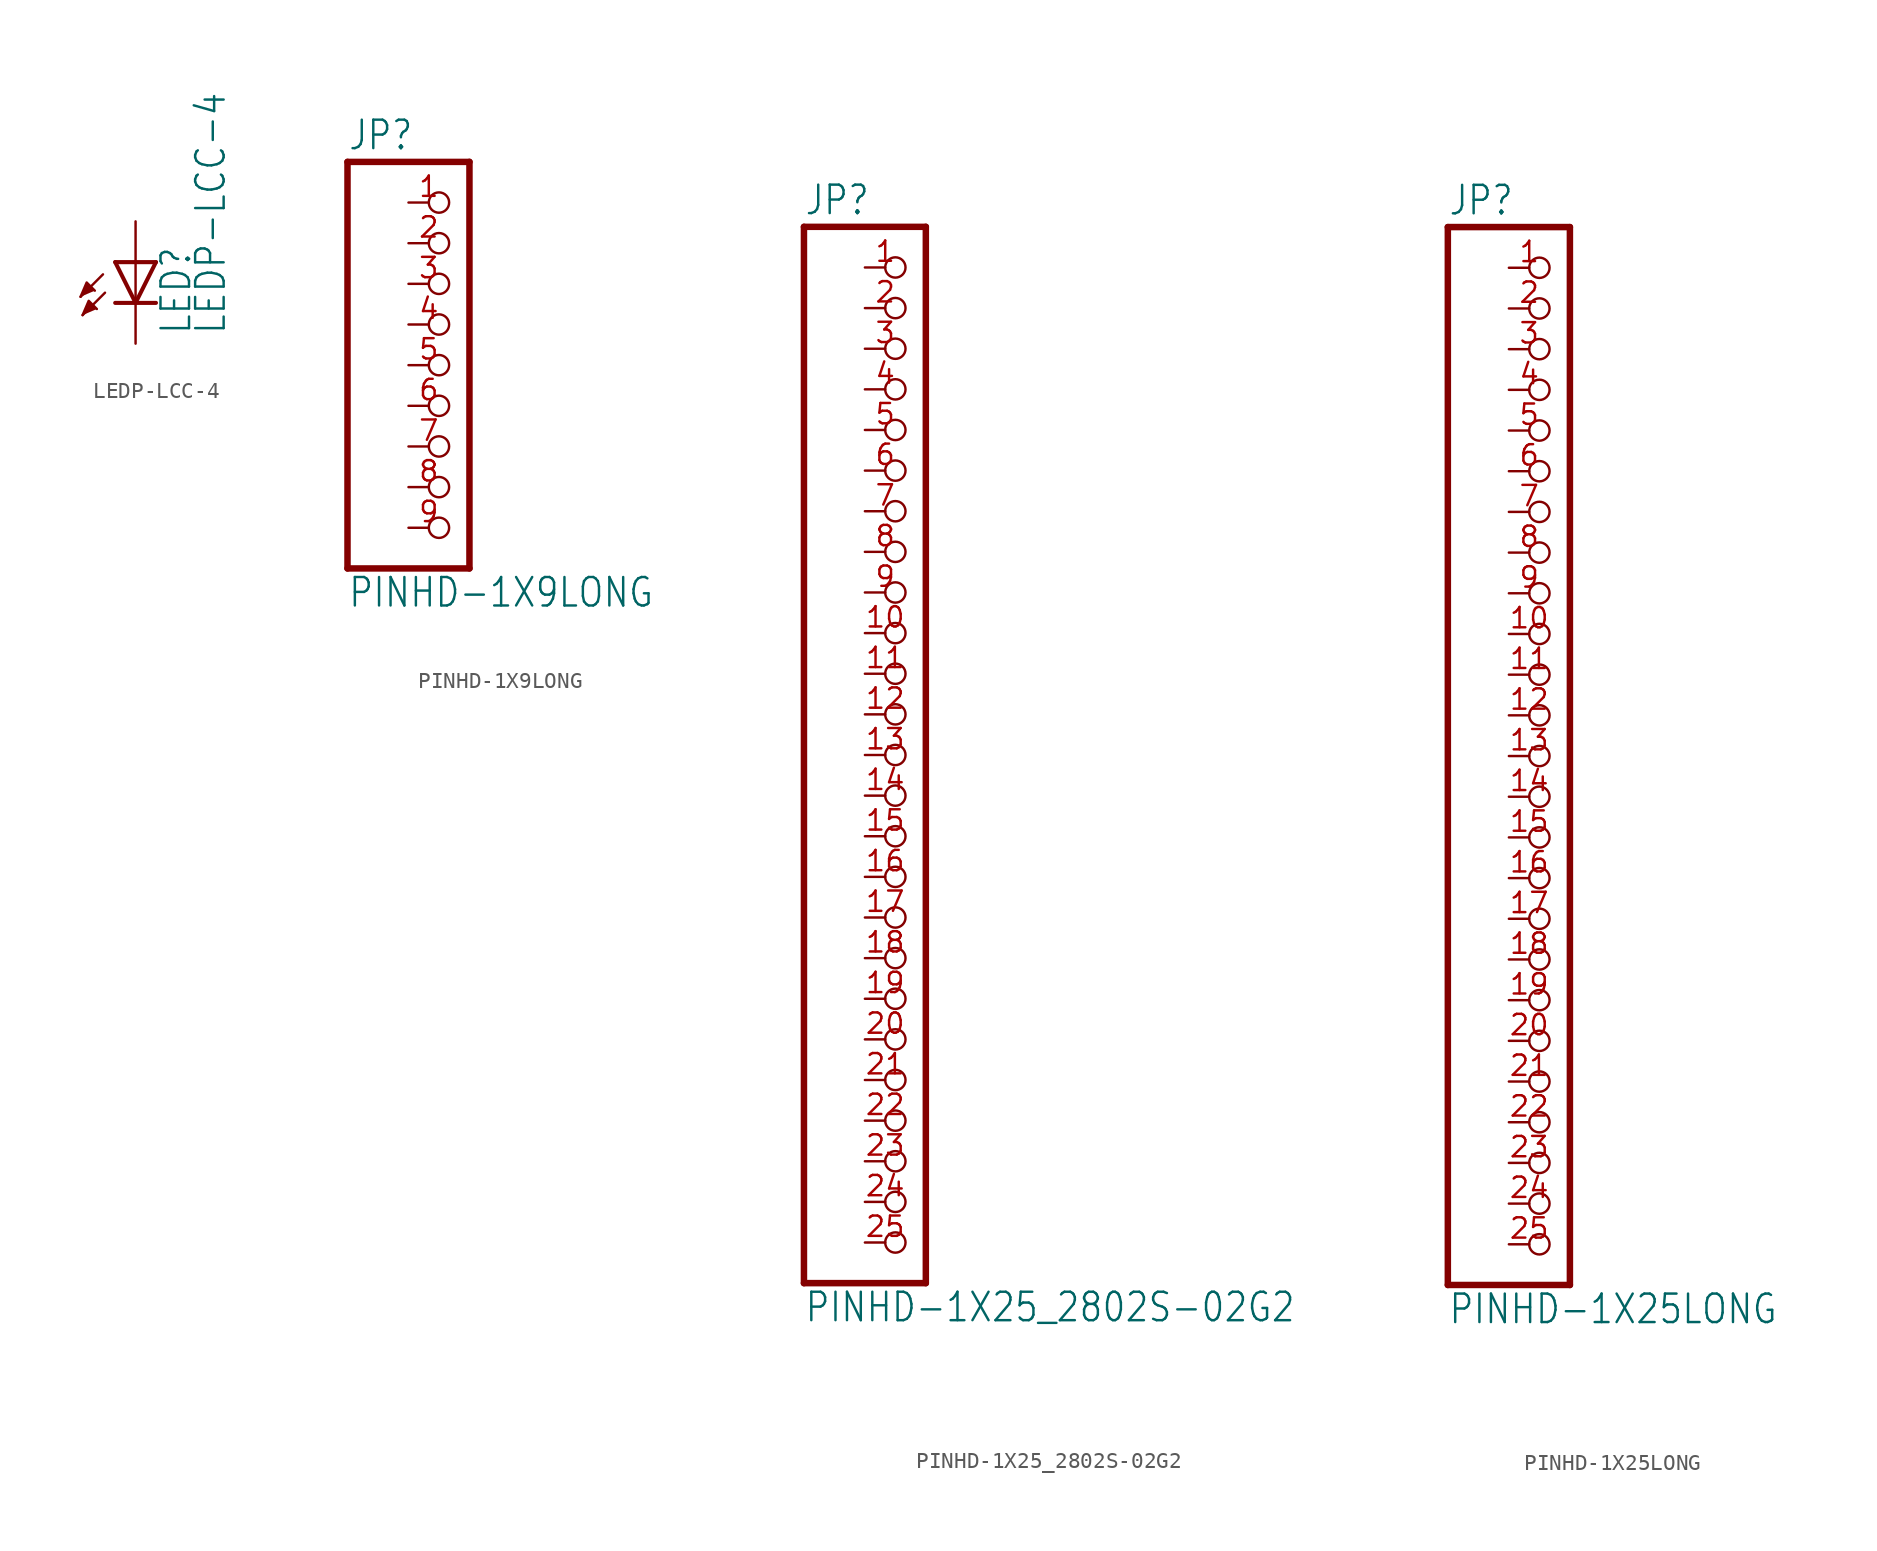
<source format=kicad_sym>
(kicad_symbol_lib
  (version 20211014)
  (generator kicad_symbol_editor)
  (symbol "LEDP-LCC-4"
    (property "Reference" "LED"
      (at 3.556 -4.572 90)
      (effects (font (size 1.778 1.511)) (justify left bottom)))
    (property "Value" "LEDP-LCC-4"
      (at 5.715 -4.572 90)
      (effects (font (size 1.778 1.511)) (justify left bottom)))
    (property "ki_locked" ""
      (at 0 0 0)
      (effects (font (size 1.27 1.27))))
    (symbol "LEDP-LCC-4_1_0"
      (polyline (pts (xy -2.032 -0.762) (xy -3.429 -2.159)) (stroke (width 0.152) (type default) (color 0 0 0 0)) (fill (type none)))
      (polyline (pts (xy -1.905 -1.905) (xy -3.302 -3.302)) (stroke (width 0.152) (type default) (color 0 0 0 0)) (fill (type none)))
      (polyline (pts (xy 0 -2.54) (xy -1.27 -2.54)) (stroke (width 0.254) (type default) (color 0 0 0 0)) (fill (type none)))
      (polyline (pts (xy 0 -2.54) (xy -1.27 0)) (stroke (width 0.254) (type default) (color 0 0 0 0)) (fill (type none)))
      (polyline (pts (xy 0 0) (xy -1.27 0)) (stroke (width 0.254) (type default) (color 0 0 0 0)) (fill (type none)))
      (polyline (pts (xy 0 0) (xy 0 -2.54)) (stroke (width 0.152) (type default) (color 0 0 0 0)) (fill (type none)))
      (polyline (pts (xy 1.27 -2.54) (xy 0 -2.54)) (stroke (width 0.254) (type default) (color 0 0 0 0)) (fill (type none)))
      (polyline (pts (xy 1.27 0) (xy 0 -2.54)) (stroke (width 0.254) (type default) (color 0 0 0 0)) (fill (type none)))
      (polyline (pts (xy 1.27 0) (xy 0 0)) (stroke (width 0.254) (type default) (color 0 0 0 0)) (fill (type none)))
      (polyline (pts (xy -3.429 -2.159) (xy -3.048 -1.27) (xy -2.54 -1.778)) (stroke (width 0) (type default) (color 0 0 0 0)) (fill (type outline)))
      (polyline (pts (xy -3.302 -3.302) (xy -2.921 -2.413) (xy -2.413 -2.921)) (stroke (width 0) (type default) (color 0 0 0 0)) (fill (type outline)))
      (pin passive line (at 0 2.54 270) (length 2.54) (name "A" (effects (font (size 0 0)))) (number "A" (effects (font (size 0 0)))))
      (pin passive line (at 0 -5.08 90) (length 2.54) (name "C" (effects (font (size 0 0)))) (number "C@4" (effects (font (size 0 0)))))))
  (symbol "PINHD-1X9LONG"
    (property "Reference" "JP"
      (at -6.35 13.335 0)
      (effects (font (size 1.778 1.511)) (justify left bottom)))
    (property "Value" "PINHD-1X9LONG"
      (at -6.35 -15.24 0)
      (effects (font (size 1.778 1.511)) (justify left bottom)))
    (property "ki_locked" ""
      (at 0 0 0)
      (effects (font (size 1.27 1.27))))
    (symbol "PINHD-1X9LONG_1_0"
      (polyline (pts (xy -6.35 -12.7) (xy 1.27 -12.7)) (stroke (width 0.406) (type default) (color 0 0 0 0)) (fill (type none)))
      (polyline (pts (xy -6.35 12.7) (xy -6.35 -12.7)) (stroke (width 0.406) (type default) (color 0 0 0 0)) (fill (type none)))
      (polyline (pts (xy 1.27 -12.7) (xy 1.27 12.7)) (stroke (width 0.406) (type default) (color 0 0 0 0)) (fill (type none)))
      (polyline (pts (xy 1.27 12.7) (xy -6.35 12.7)) (stroke (width 0.406) (type default) (color 0 0 0 0)) (fill (type none)))
      (pin passive inverted (at -2.54 10.16 0) (length 2.54) (name "1" (effects (font (size 0 0)))) (number "1" (effects (font (size 1.27 1.27)))))
      (pin passive inverted (at -2.54 7.62 0) (length 2.54) (name "2" (effects (font (size 0 0)))) (number "2" (effects (font (size 1.27 1.27)))))
      (pin passive inverted (at -2.54 5.08 0) (length 2.54) (name "3" (effects (font (size 0 0)))) (number "3" (effects (font (size 1.27 1.27)))))
      (pin passive inverted (at -2.54 2.54 0) (length 2.54) (name "4" (effects (font (size 0 0)))) (number "4" (effects (font (size 1.27 1.27)))))
      (pin passive inverted (at -2.54 0 0) (length 2.54) (name "5" (effects (font (size 0 0)))) (number "5" (effects (font (size 1.27 1.27)))))
      (pin passive inverted (at -2.54 -2.54 0) (length 2.54) (name "6" (effects (font (size 0 0)))) (number "6" (effects (font (size 1.27 1.27)))))
      (pin passive inverted (at -2.54 -5.08 0) (length 2.54) (name "7" (effects (font (size 0 0)))) (number "7" (effects (font (size 1.27 1.27)))))
      (pin passive inverted (at -2.54 -7.62 0) (length 2.54) (name "8" (effects (font (size 0 0)))) (number "8" (effects (font (size 1.27 1.27)))))
      (pin passive inverted (at -2.54 -10.16 0) (length 2.54) (name "9" (effects (font (size 0 0)))) (number "9" (effects (font (size 1.27 1.27)))))))
  (symbol "PINHD-1X25_2802S-02G2"
    (property "Reference" "JP"
      (at -6.35 33.655 0)
      (effects (font (size 1.778 1.511)) (justify left bottom)))
    (property "Value" "PINHD-1X25_2802S-02G2"
      (at -6.35 -35.56 0)
      (effects (font (size 1.778 1.511)) (justify left bottom)))
    (property "ki_locked" ""
      (at 0 0 0)
      (effects (font (size 1.27 1.27))))
    (symbol "PINHD-1X25_2802S-02G2_1_0"
      (polyline (pts (xy -6.35 -33.02) (xy 1.27 -33.02)) (stroke (width 0.406) (type default) (color 0 0 0 0)) (fill (type none)))
      (polyline (pts (xy -6.35 33.02) (xy -6.35 -33.02)) (stroke (width 0.406) (type default) (color 0 0 0 0)) (fill (type none)))
      (polyline (pts (xy 1.27 -33.02) (xy 1.27 33.02)) (stroke (width 0.406) (type default) (color 0 0 0 0)) (fill (type none)))
      (polyline (pts (xy 1.27 33.02) (xy -6.35 33.02)) (stroke (width 0.406) (type default) (color 0 0 0 0)) (fill (type none)))
      (pin passive inverted (at -2.54 30.48 0) (length 2.54) (name "1" (effects (font (size 0 0)))) (number "1" (effects (font (size 1.27 1.27)))))
      (pin passive inverted (at -2.54 7.62 0) (length 2.54) (name "10" (effects (font (size 0 0)))) (number "10" (effects (font (size 1.27 1.27)))))
      (pin passive inverted (at -2.54 5.08 0) (length 2.54) (name "11" (effects (font (size 0 0)))) (number "11" (effects (font (size 1.27 1.27)))))
      (pin passive inverted (at -2.54 2.54 0) (length 2.54) (name "12" (effects (font (size 0 0)))) (number "12" (effects (font (size 1.27 1.27)))))
      (pin passive inverted (at -2.54 0 0) (length 2.54) (name "13" (effects (font (size 0 0)))) (number "13" (effects (font (size 1.27 1.27)))))
      (pin passive inverted (at -2.54 -2.54 0) (length 2.54) (name "14" (effects (font (size 0 0)))) (number "14" (effects (font (size 1.27 1.27)))))
      (pin passive inverted (at -2.54 -5.08 0) (length 2.54) (name "15" (effects (font (size 0 0)))) (number "15" (effects (font (size 1.27 1.27)))))
      (pin passive inverted (at -2.54 -7.62 0) (length 2.54) (name "16" (effects (font (size 0 0)))) (number "16" (effects (font (size 1.27 1.27)))))
      (pin passive inverted (at -2.54 -10.16 0) (length 2.54) (name "17" (effects (font (size 0 0)))) (number "17" (effects (font (size 1.27 1.27)))))
      (pin passive inverted (at -2.54 -12.7 0) (length 2.54) (name "18" (effects (font (size 0 0)))) (number "18" (effects (font (size 1.27 1.27)))))
      (pin passive inverted (at -2.54 -15.24 0) (length 2.54) (name "19" (effects (font (size 0 0)))) (number "19" (effects (font (size 1.27 1.27)))))
      (pin passive inverted (at -2.54 27.94 0) (length 2.54) (name "2" (effects (font (size 0 0)))) (number "2" (effects (font (size 1.27 1.27)))))
      (pin passive inverted (at -2.54 -17.78 0) (length 2.54) (name "20" (effects (font (size 0 0)))) (number "20" (effects (font (size 1.27 1.27)))))
      (pin passive inverted (at -2.54 -20.32 0) (length 2.54) (name "21" (effects (font (size 0 0)))) (number "21" (effects (font (size 1.27 1.27)))))
      (pin passive inverted (at -2.54 -22.86 0) (length 2.54) (name "22" (effects (font (size 0 0)))) (number "22" (effects (font (size 1.27 1.27)))))
      (pin passive inverted (at -2.54 -25.4 0) (length 2.54) (name "23" (effects (font (size 0 0)))) (number "23" (effects (font (size 1.27 1.27)))))
      (pin passive inverted (at -2.54 -27.94 0) (length 2.54) (name "24" (effects (font (size 0 0)))) (number "24" (effects (font (size 1.27 1.27)))))
      (pin passive inverted (at -2.54 -30.48 0) (length 2.54) (name "25" (effects (font (size 0 0)))) (number "25" (effects (font (size 1.27 1.27)))))
      (pin passive inverted (at -2.54 25.4 0) (length 2.54) (name "3" (effects (font (size 0 0)))) (number "3" (effects (font (size 1.27 1.27)))))
      (pin passive inverted (at -2.54 22.86 0) (length 2.54) (name "4" (effects (font (size 0 0)))) (number "4" (effects (font (size 1.27 1.27)))))
      (pin passive inverted (at -2.54 20.32 0) (length 2.54) (name "5" (effects (font (size 0 0)))) (number "5" (effects (font (size 1.27 1.27)))))
      (pin passive inverted (at -2.54 17.78 0) (length 2.54) (name "6" (effects (font (size 0 0)))) (number "6" (effects (font (size 1.27 1.27)))))
      (pin passive inverted (at -2.54 15.24 0) (length 2.54) (name "7" (effects (font (size 0 0)))) (number "7" (effects (font (size 1.27 1.27)))))
      (pin passive inverted (at -2.54 12.7 0) (length 2.54) (name "8" (effects (font (size 0 0)))) (number "8" (effects (font (size 1.27 1.27)))))
      (pin passive inverted (at -2.54 10.16 0) (length 2.54) (name "9" (effects (font (size 0 0)))) (number "9" (effects (font (size 1.27 1.27)))))))
  (symbol "PINHD-1X25LONG"
    (property "Reference" "JP"
      (at -6.35 33.655 0)
      (effects (font (size 1.778 1.511)) (justify left bottom)))
    (property "Value" "PINHD-1X25LONG"
      (at -6.35 -35.56 0)
      (effects (font (size 1.778 1.511)) (justify left bottom)))
    (property "ki_locked" ""
      (at 0 0 0)
      (effects (font (size 1.27 1.27))))
    (symbol "PINHD-1X25LONG_1_0"
      (polyline (pts (xy -6.35 -33.02) (xy 1.27 -33.02)) (stroke (width 0.406) (type default) (color 0 0 0 0)) (fill (type none)))
      (polyline (pts (xy -6.35 33.02) (xy -6.35 -33.02)) (stroke (width 0.406) (type default) (color 0 0 0 0)) (fill (type none)))
      (polyline (pts (xy 1.27 -33.02) (xy 1.27 33.02)) (stroke (width 0.406) (type default) (color 0 0 0 0)) (fill (type none)))
      (polyline (pts (xy 1.27 33.02) (xy -6.35 33.02)) (stroke (width 0.406) (type default) (color 0 0 0 0)) (fill (type none)))
      (pin passive inverted (at -2.54 30.48 0) (length 2.54) (name "1" (effects (font (size 0 0)))) (number "1" (effects (font (size 1.27 1.27)))))
      (pin passive inverted (at -2.54 7.62 0) (length 2.54) (name "10" (effects (font (size 0 0)))) (number "10" (effects (font (size 1.27 1.27)))))
      (pin passive inverted (at -2.54 5.08 0) (length 2.54) (name "11" (effects (font (size 0 0)))) (number "11" (effects (font (size 1.27 1.27)))))
      (pin passive inverted (at -2.54 2.54 0) (length 2.54) (name "12" (effects (font (size 0 0)))) (number "12" (effects (font (size 1.27 1.27)))))
      (pin passive inverted (at -2.54 0 0) (length 2.54) (name "13" (effects (font (size 0 0)))) (number "13" (effects (font (size 1.27 1.27)))))
      (pin passive inverted (at -2.54 -2.54 0) (length 2.54) (name "14" (effects (font (size 0 0)))) (number "14" (effects (font (size 1.27 1.27)))))
      (pin passive inverted (at -2.54 -5.08 0) (length 2.54) (name "15" (effects (font (size 0 0)))) (number "15" (effects (font (size 1.27 1.27)))))
      (pin passive inverted (at -2.54 -7.62 0) (length 2.54) (name "16" (effects (font (size 0 0)))) (number "16" (effects (font (size 1.27 1.27)))))
      (pin passive inverted (at -2.54 -10.16 0) (length 2.54) (name "17" (effects (font (size 0 0)))) (number "17" (effects (font (size 1.27 1.27)))))
      (pin passive inverted (at -2.54 -12.7 0) (length 2.54) (name "18" (effects (font (size 0 0)))) (number "18" (effects (font (size 1.27 1.27)))))
      (pin passive inverted (at -2.54 -15.24 0) (length 2.54) (name "19" (effects (font (size 0 0)))) (number "19" (effects (font (size 1.27 1.27)))))
      (pin passive inverted (at -2.54 27.94 0) (length 2.54) (name "2" (effects (font (size 0 0)))) (number "2" (effects (font (size 1.27 1.27)))))
      (pin passive inverted (at -2.54 -17.78 0) (length 2.54) (name "20" (effects (font (size 0 0)))) (number "20" (effects (font (size 1.27 1.27)))))
      (pin passive inverted (at -2.54 -20.32 0) (length 2.54) (name "21" (effects (font (size 0 0)))) (number "21" (effects (font (size 1.27 1.27)))))
      (pin passive inverted (at -2.54 -22.86 0) (length 2.54) (name "22" (effects (font (size 0 0)))) (number "22" (effects (font (size 1.27 1.27)))))
      (pin passive inverted (at -2.54 -25.4 0) (length 2.54) (name "23" (effects (font (size 0 0)))) (number "23" (effects (font (size 1.27 1.27)))))
      (pin passive inverted (at -2.54 -27.94 0) (length 2.54) (name "24" (effects (font (size 0 0)))) (number "24" (effects (font (size 1.27 1.27)))))
      (pin passive inverted (at -2.54 -30.48 0) (length 2.54) (name "25" (effects (font (size 0 0)))) (number "25" (effects (font (size 1.27 1.27)))))
      (pin passive inverted (at -2.54 25.4 0) (length 2.54) (name "3" (effects (font (size 0 0)))) (number "3" (effects (font (size 1.27 1.27)))))
      (pin passive inverted (at -2.54 22.86 0) (length 2.54) (name "4" (effects (font (size 0 0)))) (number "4" (effects (font (size 1.27 1.27)))))
      (pin passive inverted (at -2.54 20.32 0) (length 2.54) (name "5" (effects (font (size 0 0)))) (number "5" (effects (font (size 1.27 1.27)))))
      (pin passive inverted (at -2.54 17.78 0) (length 2.54) (name "6" (effects (font (size 0 0)))) (number "6" (effects (font (size 1.27 1.27)))))
      (pin passive inverted (at -2.54 15.24 0) (length 2.54) (name "7" (effects (font (size 0 0)))) (number "7" (effects (font (size 1.27 1.27)))))
      (pin passive inverted (at -2.54 12.7 0) (length 2.54) (name "8" (effects (font (size 0 0)))) (number "8" (effects (font (size 1.27 1.27)))))
      (pin passive inverted (at -2.54 10.16 0) (length 2.54) (name "9" (effects (font (size 0 0)))) (number "9" (effects (font (size 1.27 1.27))))))))
</source>
